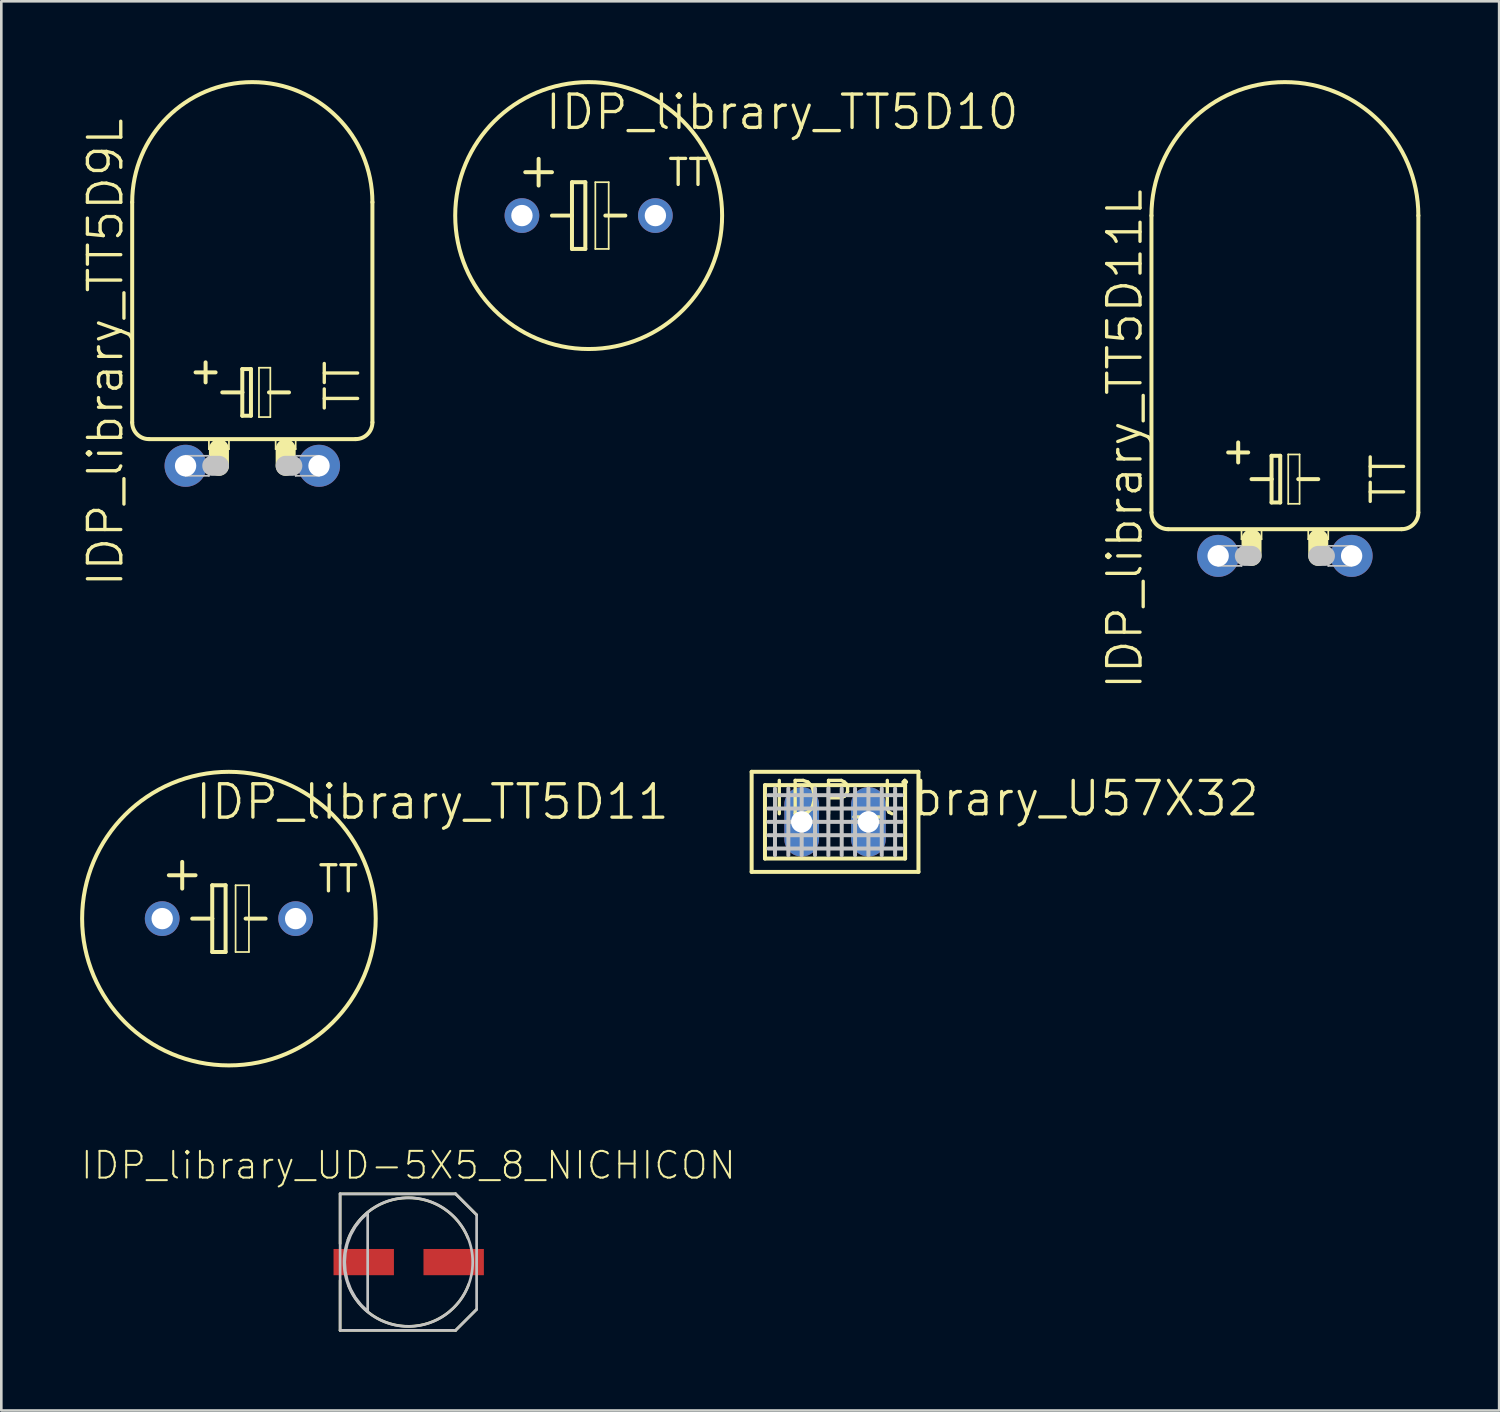
<source format=kicad_pcb>
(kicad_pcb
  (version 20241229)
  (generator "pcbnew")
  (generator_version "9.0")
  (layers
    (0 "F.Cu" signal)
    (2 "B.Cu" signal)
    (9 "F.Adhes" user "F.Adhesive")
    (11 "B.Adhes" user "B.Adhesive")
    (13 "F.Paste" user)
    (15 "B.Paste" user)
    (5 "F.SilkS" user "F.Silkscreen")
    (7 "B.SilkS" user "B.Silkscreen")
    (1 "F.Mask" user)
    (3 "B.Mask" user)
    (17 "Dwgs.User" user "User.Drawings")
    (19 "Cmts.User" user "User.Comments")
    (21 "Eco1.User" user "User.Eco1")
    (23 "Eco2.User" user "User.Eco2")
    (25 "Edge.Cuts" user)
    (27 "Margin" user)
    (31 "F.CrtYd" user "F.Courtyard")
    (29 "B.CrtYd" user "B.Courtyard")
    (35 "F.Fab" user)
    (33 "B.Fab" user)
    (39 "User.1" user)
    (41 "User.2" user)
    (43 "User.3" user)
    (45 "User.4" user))
  (footprint "IDP_library_U57X32"
    (layer "F.Cu")
    (at 28.737 28.235)
    (property "Reference" "IDP_library_U57X32" (at 6.858 -0.889 0) (layer "F.SilkS") (effects (font (size 1.27 1.27) (thickness 0.127))))
    (attr exclude_from_pos_files exclude_from_bom)
    (fp_line (start -3.175 -1.905) (end -3.175 1.905) (stroke (width 0.152) (type solid)) (layer "F.SilkS"))
    (fp_line (start -3.175 -1.905) (end 3.175 -1.905) (stroke (width 0.152) (type solid)) (layer "F.SilkS"))
    (fp_line (start -2.667 -1.397) (end -2.667 1.397) (stroke (width 0.152) (type solid)) (layer "F.SilkS"))
    (fp_line (start -2.667 -1.397) (end 2.667 -1.397) (stroke (width 0.152) (type solid)) (layer "F.SilkS"))
    (fp_line (start 2.667 1.397) (end -2.667 1.397) (stroke (width 0.152) (type solid)) (layer "F.SilkS"))
    (fp_line (start 2.667 1.397) (end 2.667 -1.397) (stroke (width 0.152) (type solid)) (layer "F.SilkS"))
    (fp_line (start 3.175 1.905) (end -3.175 1.905) (stroke (width 0.152) (type solid)) (layer "F.SilkS"))
    (fp_line (start 3.175 1.905) (end 3.175 -1.905) (stroke (width 0.152) (type solid)) (layer "F.SilkS"))
    (fp_line (start -2.54 -1.016) (end 2.54 -1.016) (stroke (width 0.152) (type solid)) (layer "Dwgs.User"))
    (fp_line (start -2.54 -0.508) (end 2.54 -0.508) (stroke (width 0.152) (type solid)) (layer "Dwgs.User"))
    (fp_line (start -2.54 0) (end 2.54 0) (stroke (width 0.152) (type solid)) (layer "Dwgs.User"))
    (fp_line (start -2.54 0.508) (end 2.54 0.508) (stroke (width 0.152) (type solid)) (layer "Dwgs.User"))
    (fp_line (start -2.54 1.016) (end 2.54 1.016) (stroke (width 0.152) (type solid)) (layer "Dwgs.User"))
    (fp_line (start -2.286 -1.27) (end -2.286 1.27) (stroke (width 0.152) (type solid)) (layer "Dwgs.User"))
    (fp_line (start -1.778 -1.27) (end -1.778 1.27) (stroke (width 0.152) (type solid)) (layer "Dwgs.User"))
    (fp_line (start -1.27 -1.27) (end -1.27 1.27) (stroke (width 0.152) (type solid)) (layer "Dwgs.User"))
    (fp_line (start -0.762 -1.27) (end -0.762 1.27) (stroke (width 0.152) (type solid)) (layer "Dwgs.User"))
    (fp_line (start -0.254 -1.27) (end -0.254 1.27) (stroke (width 0.152) (type solid)) (layer "Dwgs.User"))
    (fp_line (start 0.254 -1.27) (end 0.254 1.27) (stroke (width 0.152) (type solid)) (layer "Dwgs.User"))
    (fp_line (start 0.762 -1.27) (end 0.762 1.27) (stroke (width 0.152) (type solid)) (layer "Dwgs.User"))
    (fp_line (start 1.27 -1.27) (end 1.27 1.27) (stroke (width 0.152) (type solid)) (layer "Dwgs.User"))
    (fp_line (start 1.778 -1.27) (end 1.778 1.27) (stroke (width 0.152) (type solid)) (layer "Dwgs.User"))
    (fp_line (start 2.286 -1.27) (end 2.286 1.27) (stroke (width 0.152) (type solid)) (layer "Dwgs.User"))
    (pad "A" thru_hole oval (at -1.27 0 180) (size 1.321 2.642) (drill 0.813) (layers "*.Cu" "*.Paste" "*.Mask"))
    (pad "K" thru_hole oval (at 1.27 0 180) (size 1.321 2.642) (drill 0.813) (layers "*.Cu" "*.Paste" "*.Mask")))
  (footprint "IDP_library_TT5D11L"
    (layer "F.Cu")
    (at 45.861 18.11)
    (property "Reference" "IDP_library_TT5D11L" (at -6.096 -4.445 90) (layer "F.SilkS") (effects (font (size 1.27 1.27) (thickness 0.127))))
    (attr exclude_from_pos_files exclude_from_bom)
    (fp_line (start -5.08 -12.954) (end -5.08 -1.651) (stroke (width 0.152) (type solid)) (layer "F.SilkS"))
    (fp_line (start -4.445 -1.016) (end 4.445 -1.016) (stroke (width 0.152) (type solid)) (layer "F.SilkS"))
    (fp_line (start -2.159 -3.937) (end -1.397 -3.937) (stroke (width 0.152) (type solid)) (layer "F.SilkS"))
    (fp_line (start -1.778 -4.318) (end -1.778 -3.556) (stroke (width 0.152) (type solid)) (layer "F.SilkS"))
    (fp_line (start -1.651 -1.016) (end -0.889 -1.016) (stroke (width 0.066) (type solid)) (layer "F.SilkS"))
    (fp_line (start -1.651 -0.635) (end -1.651 -1.016) (stroke (width 0.066) (type solid)) (layer "F.SilkS"))
    (fp_line (start -1.651 -0.635) (end -0.889 -0.635) (stroke (width 0.066) (type solid)) (layer "F.SilkS"))
    (fp_line (start -1.27 -2.921) (end -0.508 -2.921) (stroke (width 0.152) (type solid)) (layer "F.SilkS"))
    (fp_line (start -1.27 -0.635) (end -1.27 0) (stroke (width 0.762) (type solid)) (layer "F.SilkS"))
    (fp_line (start -0.889 -0.635) (end -0.889 -1.016) (stroke (width 0.066) (type solid)) (layer "F.SilkS"))
    (fp_line (start -0.508 -3.81) (end -0.508 -2.921) (stroke (width 0.152) (type solid)) (layer "F.SilkS"))
    (fp_line (start -0.508 -2.921) (end -0.508 -2.032) (stroke (width 0.152) (type solid)) (layer "F.SilkS"))
    (fp_line (start -0.508 -2.032) (end -0.178 -2.032) (stroke (width 0.152) (type solid)) (layer "F.SilkS"))
    (fp_line (start -0.178 -3.81) (end -0.508 -3.81) (stroke (width 0.152) (type solid)) (layer "F.SilkS"))
    (fp_line (start -0.178 -2.032) (end -0.178 -3.81) (stroke (width 0.152) (type solid)) (layer "F.SilkS"))
    (fp_line (start 0.127 -3.861) (end 0.559 -3.861) (stroke (width 0.066) (type solid)) (layer "F.SilkS"))
    (fp_line (start 0.127 -1.981) (end 0.127 -3.861) (stroke (width 0.066) (type solid)) (layer "F.SilkS"))
    (fp_line (start 0.127 -1.981) (end 0.559 -1.981) (stroke (width 0.066) (type solid)) (layer "F.SilkS"))
    (fp_line (start 0.508 -2.921) (end 1.27 -2.921) (stroke (width 0.152) (type solid)) (layer "F.SilkS"))
    (fp_line (start 0.559 -1.981) (end 0.559 -3.861) (stroke (width 0.066) (type solid)) (layer "F.SilkS"))
    (fp_line (start 0.889 -1.016) (end 1.651 -1.016) (stroke (width 0.066) (type solid)) (layer "F.SilkS"))
    (fp_line (start 0.889 -0.635) (end 0.889 -1.016) (stroke (width 0.066) (type solid)) (layer "F.SilkS"))
    (fp_line (start 0.889 -0.635) (end 1.651 -0.635) (stroke (width 0.066) (type solid)) (layer "F.SilkS"))
    (fp_line (start 1.27 -0.635) (end 1.27 0) (stroke (width 0.762) (type solid)) (layer "F.SilkS"))
    (fp_line (start 1.651 -0.635) (end 1.651 -1.016) (stroke (width 0.066) (type solid)) (layer "F.SilkS"))
    (fp_line (start 5.08 -12.954) (end 5.08 -1.651) (stroke (width 0.152) (type solid)) (layer "F.SilkS"))
    (fp_arc (start -5.08 -12.954) (mid 0 -18.034) (end 5.08 -12.954) (stroke (width 0.1524) (type solid)) (layer "F.SilkS"))
    (fp_arc (start -4.445 -1.016) (mid -4.894013 -1.201987) (end -5.08 -1.651) (stroke (width 0.1524) (type solid)) (layer "F.SilkS"))
    (fp_arc (start 5.08 -1.651) (mid 4.894013 -1.201987) (end 4.445 -1.016) (stroke (width 0.1524) (type solid)) (layer "F.SilkS"))
    (fp_line (start -2.54 -0.381) (end -1.651 -0.381) (stroke (width 0.066) (type solid)) (layer "Dwgs.User"))
    (fp_line (start -2.54 0.381) (end -2.54 -0.381) (stroke (width 0.066) (type solid)) (layer "Dwgs.User"))
    (fp_line (start -2.54 0.381) (end -1.651 0.381) (stroke (width 0.066) (type solid)) (layer "Dwgs.User"))
    (fp_line (start -1.651 0.381) (end -1.651 -0.381) (stroke (width 0.066) (type solid)) (layer "Dwgs.User"))
    (fp_line (start -1.524 0) (end -1.27 0) (stroke (width 0.762) (type solid)) (layer "Dwgs.User"))
    (fp_line (start 1.524 0) (end 1.27 0) (stroke (width 0.762) (type solid)) (layer "Dwgs.User"))
    (fp_line (start 1.651 -0.381) (end 2.54 -0.381) (stroke (width 0.066) (type solid)) (layer "Dwgs.User"))
    (fp_line (start 1.651 0.381) (end 1.651 -0.381) (stroke (width 0.066) (type solid)) (layer "Dwgs.User"))
    (fp_line (start 1.651 0.381) (end 2.54 0.381) (stroke (width 0.066) (type solid)) (layer "Dwgs.User"))
    (fp_line (start 2.54 0.381) (end 2.54 -0.381) (stroke (width 0.066) (type solid)) (layer "Dwgs.User"))
    (fp_text user "TT" (at 3.937 -2.921 90) (layer "F.SilkS") (effects (font (size 1.27 1.27) (thickness 0.127))))
    (pad "+" thru_hole circle (at -2.54 0) (size 1.6 1.6) (drill 0.813) (layers "*.Cu" "*.Paste" "*.Mask"))
    (pad "-" thru_hole circle (at 2.54 0) (size 1.6 1.6) (drill 0.813) (layers "*.Cu" "*.Paste" "*.Mask")))
  (footprint "IDP_library_TT5D11"
    (layer "F.Cu")
    (at 5.664 31.918)
    (property "Reference" "IDP_library_TT5D11" (at 7.747 -4.445 0) (layer "F.SilkS") (effects (font (size 1.27 1.27) (thickness 0.127))))
    (attr exclude_from_pos_files exclude_from_bom)
    (fp_line (start -1.778 -2.159) (end -1.778 -1.143) (stroke (width 0.152) (type solid)) (layer "F.SilkS"))
    (fp_line (start -1.397 0) (end -0.635 0) (stroke (width 0.152) (type solid)) (layer "F.SilkS"))
    (fp_line (start -1.27 -1.651) (end -2.286 -1.651) (stroke (width 0.152) (type solid)) (layer "F.SilkS"))
    (fp_line (start -0.635 -1.27) (end -0.635 0) (stroke (width 0.152) (type solid)) (layer "F.SilkS"))
    (fp_line (start -0.635 0) (end -0.635 1.27) (stroke (width 0.152) (type solid)) (layer "F.SilkS"))
    (fp_line (start -0.635 1.27) (end -0.127 1.27) (stroke (width 0.152) (type solid)) (layer "F.SilkS"))
    (fp_line (start -0.127 -1.27) (end -0.635 -1.27) (stroke (width 0.152) (type solid)) (layer "F.SilkS"))
    (fp_line (start -0.127 1.27) (end -0.127 -1.27) (stroke (width 0.152) (type solid)) (layer "F.SilkS"))
    (fp_line (start 0.254 -1.27) (end 0.762 -1.27) (stroke (width 0.066) (type solid)) (layer "F.SilkS"))
    (fp_line (start 0.254 1.27) (end 0.254 -1.27) (stroke (width 0.066) (type solid)) (layer "F.SilkS"))
    (fp_line (start 0.254 1.27) (end 0.762 1.27) (stroke (width 0.066) (type solid)) (layer "F.SilkS"))
    (fp_line (start 0.635 0) (end 1.397 0) (stroke (width 0.152) (type solid)) (layer "F.SilkS"))
    (fp_line (start 0.762 1.27) (end 0.762 -1.27) (stroke (width 0.066) (type solid)) (layer "F.SilkS"))
    (fp_circle (center 0 0) (end 0 -5.588) (stroke (width 0.152) (type solid)) (fill no) (layer "F.SilkS"))
    (fp_text user "TT" (at 4.166 -1.511 0) (layer "F.SilkS") (effects (font (size 0.991 0.991) (thickness 0.127))))
    (pad "+" thru_hole circle (at -2.54 0) (size 1.321 1.321) (drill 0.813) (layers "*.Cu" "*.Paste" "*.Mask"))
    (pad "-" thru_hole circle (at 2.54 0) (size 1.321 1.321) (drill 0.813) (layers "*.Cu" "*.Paste" "*.Mask")))
  (footprint "IDP_library_UD-5X5_8_NICHICON"
    (layer "F.Cu")
    (at 12.495 44.993)
    (property "Reference" "IDP_library_UD-5X5_8_NICHICON" (at 0 -3.683 0) (layer "F.SilkS") (effects (font (size 1.016 1.016) (thickness 0.076))))
    (attr smd)
    (fp_line (start -2.598 -2.598) (end 1.798 -2.598) (stroke (width 0.102) (type solid)) (layer "F.SilkS"))
    (fp_line (start -2.598 -0.699) (end -2.598 -2.598) (stroke (width 0.102) (type solid)) (layer "F.SilkS"))
    (fp_line (start -2.598 2.598) (end -2.598 0.699) (stroke (width 0.102) (type solid)) (layer "F.SilkS"))
    (fp_line (start 1.798 -2.598) (end 2.598 -1.798) (stroke (width 0.102) (type solid)) (layer "F.SilkS"))
    (fp_line (start 1.798 2.598) (end -2.598 2.598) (stroke (width 0.102) (type solid)) (layer "F.SilkS"))
    (fp_line (start 2.598 1.798) (end 1.798 2.598) (stroke (width 0.102) (type solid)) (layer "F.SilkS"))
    (fp_arc (start -2.2987 -0.84836) (mid -0.033164 -2.44602) (end 2.271621 -0.90552) (stroke (width 0.1016) (type solid)) (layer "F.SilkS"))
    (fp_arc (start 2.2987 0.84836) (mid 0.033164 2.44602) (end -2.271621 0.90552) (stroke (width 0.1016) (type solid)) (layer "F.SilkS"))
    (fp_line (start -2.598 -2.598) (end 1.798 -2.598) (stroke (width 0.102) (type solid)) (layer "Dwgs.User"))
    (fp_line (start -2.598 2.598) (end -2.598 -2.598) (stroke (width 0.102) (type solid)) (layer "Dwgs.User"))
    (fp_line (start 1.798 -2.598) (end 2.598 -1.798) (stroke (width 0.102) (type solid)) (layer "Dwgs.User"))
    (fp_line (start 1.798 2.598) (end -2.598 2.598) (stroke (width 0.102) (type solid)) (layer "Dwgs.User"))
    (fp_line (start 2.598 -1.798) (end 2.598 1.798) (stroke (width 0.102) (type solid)) (layer "Dwgs.User"))
    (fp_line (start 2.598 1.798) (end 1.798 2.598) (stroke (width 0.102) (type solid)) (layer "Dwgs.User"))
    (fp_circle (center 0 0) (end 0 -2.449) (stroke (width 0.102) (type solid)) (fill no) (layer "Dwgs.User"))
    (fp_poly (pts (xy -1.549 -1.875) (xy -1.803 -1.626) (xy -2.022 -1.344) (xy -2.195 -1.034) (xy -2.322 -0.701) (xy -2.398 -0.353) (xy -2.423 0) (xy -2.398 0.353) (xy -2.322 0.701) (xy -2.195 1.034) (xy -2.022 1.344) (xy -1.803 1.626) (xy -1.549 1.875) (xy -1.549 -1.875)) (stroke (width 0.102) (type solid)) (fill no) (layer "Dwgs.User"))
    (pad "+" smd rect (at 1.725 0) (size 2.299 0.998) (layers "F.Cu" "F.Mask" "F.Paste"))
    (pad "-" smd rect (at -1.699 0) (size 2.299 0.998) (layers "F.Cu" "F.Mask" "F.Paste")))
  (footprint "IDP_library_TT5D10"
    (layer "F.Cu")
    (at 19.358 5.156)
    (property "Reference" "IDP_library_TT5D10" (at 7.366 -3.937 0) (layer "F.SilkS") (effects (font (size 1.27 1.27) (thickness 0.127))))
    (attr exclude_from_pos_files exclude_from_bom)
    (fp_line (start -2.413 -1.651) (end -1.397 -1.651) (stroke (width 0.152) (type solid)) (layer "F.SilkS"))
    (fp_line (start -1.905 -1.143) (end -1.905 -2.159) (stroke (width 0.152) (type solid)) (layer "F.SilkS"))
    (fp_line (start -1.397 0) (end -0.635 0) (stroke (width 0.152) (type solid)) (layer "F.SilkS"))
    (fp_line (start -0.635 -1.27) (end -0.635 0) (stroke (width 0.152) (type solid)) (layer "F.SilkS"))
    (fp_line (start -0.635 0) (end -0.635 1.27) (stroke (width 0.152) (type solid)) (layer "F.SilkS"))
    (fp_line (start -0.635 1.27) (end -0.127 1.27) (stroke (width 0.152) (type solid)) (layer "F.SilkS"))
    (fp_line (start -0.127 -1.27) (end -0.635 -1.27) (stroke (width 0.152) (type solid)) (layer "F.SilkS"))
    (fp_line (start -0.127 1.27) (end -0.127 -1.27) (stroke (width 0.152) (type solid)) (layer "F.SilkS"))
    (fp_line (start 0.254 -1.27) (end 0.762 -1.27) (stroke (width 0.066) (type solid)) (layer "F.SilkS"))
    (fp_line (start 0.254 1.27) (end 0.254 -1.27) (stroke (width 0.066) (type solid)) (layer "F.SilkS"))
    (fp_line (start 0.254 1.27) (end 0.762 1.27) (stroke (width 0.066) (type solid)) (layer "F.SilkS"))
    (fp_line (start 0.635 0) (end 1.397 0) (stroke (width 0.152) (type solid)) (layer "F.SilkS"))
    (fp_line (start 0.762 1.27) (end 0.762 -1.27) (stroke (width 0.066) (type solid)) (layer "F.SilkS"))
    (fp_circle (center 0 0) (end 0 -5.08) (stroke (width 0.152) (type solid)) (fill no) (layer "F.SilkS"))
    (fp_text user "TT" (at 3.785 -1.638 0) (layer "F.SilkS") (effects (font (size 0.991 0.991) (thickness 0.127))))
    (pad "+" thru_hole circle (at -2.54 0) (size 1.321 1.321) (drill 0.813) (layers "*.Cu" "*.Paste" "*.Mask"))
    (pad "-" thru_hole circle (at 2.54 0) (size 1.321 1.321) (drill 0.813) (layers "*.Cu" "*.Paste" "*.Mask")))
  (footprint "IDP_library_TT5D9L"
    (layer "F.Cu")
    (at 6.554 14.681)
    (property "Reference" "IDP_library_TT5D9L" (at -5.588 -4.318 90) (layer "F.SilkS") (effects (font (size 1.27 1.27) (thickness 0.127))))
    (attr exclude_from_pos_files exclude_from_bom)
    (fp_line (start -4.572 -10.033) (end -4.572 -1.651) (stroke (width 0.152) (type solid)) (layer "F.SilkS"))
    (fp_line (start -3.937 -1.016) (end 3.937 -1.016) (stroke (width 0.152) (type solid)) (layer "F.SilkS"))
    (fp_line (start -2.159 -3.556) (end -1.397 -3.556) (stroke (width 0.152) (type solid)) (layer "F.SilkS"))
    (fp_line (start -1.778 -3.937) (end -1.778 -3.175) (stroke (width 0.152) (type solid)) (layer "F.SilkS"))
    (fp_line (start -1.651 -1.016) (end -0.889 -1.016) (stroke (width 0.066) (type solid)) (layer "F.SilkS"))
    (fp_line (start -1.651 -0.635) (end -1.651 -1.016) (stroke (width 0.066) (type solid)) (layer "F.SilkS"))
    (fp_line (start -1.651 -0.635) (end -0.889 -0.635) (stroke (width 0.066) (type solid)) (layer "F.SilkS"))
    (fp_line (start -1.27 -0.635) (end -1.27 0) (stroke (width 0.762) (type solid)) (layer "F.SilkS"))
    (fp_line (start -1.143 -2.794) (end -0.381 -2.794) (stroke (width 0.152) (type solid)) (layer "F.SilkS"))
    (fp_line (start -0.889 -0.635) (end -0.889 -1.016) (stroke (width 0.066) (type solid)) (layer "F.SilkS"))
    (fp_line (start -0.381 -3.683) (end -0.381 -2.794) (stroke (width 0.152) (type solid)) (layer "F.SilkS"))
    (fp_line (start -0.381 -2.794) (end -0.381 -1.905) (stroke (width 0.152) (type solid)) (layer "F.SilkS"))
    (fp_line (start -0.381 -1.905) (end -0.051 -1.905) (stroke (width 0.152) (type solid)) (layer "F.SilkS"))
    (fp_line (start -0.051 -3.683) (end -0.381 -3.683) (stroke (width 0.152) (type solid)) (layer "F.SilkS"))
    (fp_line (start -0.051 -1.905) (end -0.051 -3.683) (stroke (width 0.152) (type solid)) (layer "F.SilkS"))
    (fp_line (start 0.254 -3.734) (end 0.686 -3.734) (stroke (width 0.066) (type solid)) (layer "F.SilkS"))
    (fp_line (start 0.254 -1.854) (end 0.254 -3.734) (stroke (width 0.066) (type solid)) (layer "F.SilkS"))
    (fp_line (start 0.254 -1.854) (end 0.686 -1.854) (stroke (width 0.066) (type solid)) (layer "F.SilkS"))
    (fp_line (start 0.635 -2.794) (end 1.397 -2.794) (stroke (width 0.152) (type solid)) (layer "F.SilkS"))
    (fp_line (start 0.686 -1.854) (end 0.686 -3.734) (stroke (width 0.066) (type solid)) (layer "F.SilkS"))
    (fp_line (start 0.889 -1.016) (end 1.651 -1.016) (stroke (width 0.066) (type solid)) (layer "F.SilkS"))
    (fp_line (start 0.889 -0.635) (end 0.889 -1.016) (stroke (width 0.066) (type solid)) (layer "F.SilkS"))
    (fp_line (start 0.889 -0.635) (end 1.651 -0.635) (stroke (width 0.066) (type solid)) (layer "F.SilkS"))
    (fp_line (start 1.27 -0.635) (end 1.27 0) (stroke (width 0.762) (type solid)) (layer "F.SilkS"))
    (fp_line (start 1.651 -0.635) (end 1.651 -1.016) (stroke (width 0.066) (type solid)) (layer "F.SilkS"))
    (fp_line (start 4.572 -10.033) (end 4.572 -1.651) (stroke (width 0.152) (type solid)) (layer "F.SilkS"))
    (fp_arc (start -4.572 -10.033) (mid 0 -14.605) (end 4.572 -10.033) (stroke (width 0.1524) (type solid)) (layer "F.SilkS"))
    (fp_arc (start -3.937 -1.016) (mid -4.386013 -1.201987) (end -4.572 -1.651) (stroke (width 0.1524) (type solid)) (layer "F.SilkS"))
    (fp_arc (start 4.572 -1.651) (mid 4.386013 -1.201987) (end 3.937 -1.016) (stroke (width 0.1524) (type solid)) (layer "F.SilkS"))
    (fp_line (start -2.54 -0.381) (end -1.651 -0.381) (stroke (width 0.066) (type solid)) (layer "Dwgs.User"))
    (fp_line (start -2.54 0.381) (end -2.54 -0.381) (stroke (width 0.066) (type solid)) (layer "Dwgs.User"))
    (fp_line (start -2.54 0.381) (end -1.651 0.381) (stroke (width 0.066) (type solid)) (layer "Dwgs.User"))
    (fp_line (start -1.651 0.381) (end -1.651 -0.381) (stroke (width 0.066) (type solid)) (layer "Dwgs.User"))
    (fp_line (start -1.524 0) (end -1.27 0) (stroke (width 0.762) (type solid)) (layer "Dwgs.User"))
    (fp_line (start 1.524 0) (end 1.27 0) (stroke (width 0.762) (type solid)) (layer "Dwgs.User"))
    (fp_line (start 1.651 -0.381) (end 2.54 -0.381) (stroke (width 0.066) (type solid)) (layer "Dwgs.User"))
    (fp_line (start 1.651 0.381) (end 1.651 -0.381) (stroke (width 0.066) (type solid)) (layer "Dwgs.User"))
    (fp_line (start 1.651 0.381) (end 2.54 0.381) (stroke (width 0.066) (type solid)) (layer "Dwgs.User"))
    (fp_line (start 2.54 0.381) (end 2.54 -0.381) (stroke (width 0.066) (type solid)) (layer "Dwgs.User"))
    (fp_text user "TT" (at 3.429 -3.048 90) (layer "F.SilkS") (effects (font (size 1.27 1.27) (thickness 0.127))))
    (pad "+" thru_hole circle (at -2.54 0) (size 1.6 1.6) (drill 0.813) (layers "*.Cu" "*.Paste" "*.Mask"))
    (pad "-" thru_hole circle (at 2.54 0) (size 1.6 1.6) (drill 0.813) (layers "*.Cu" "*.Paste" "*.Mask")))
  (gr_rect
    (start -3 -3)
    (end 54.017 50.642)
    (stroke (width 0.1) (type default))
    (fill no)
    (layer "Edge.Cuts")))
</source>
